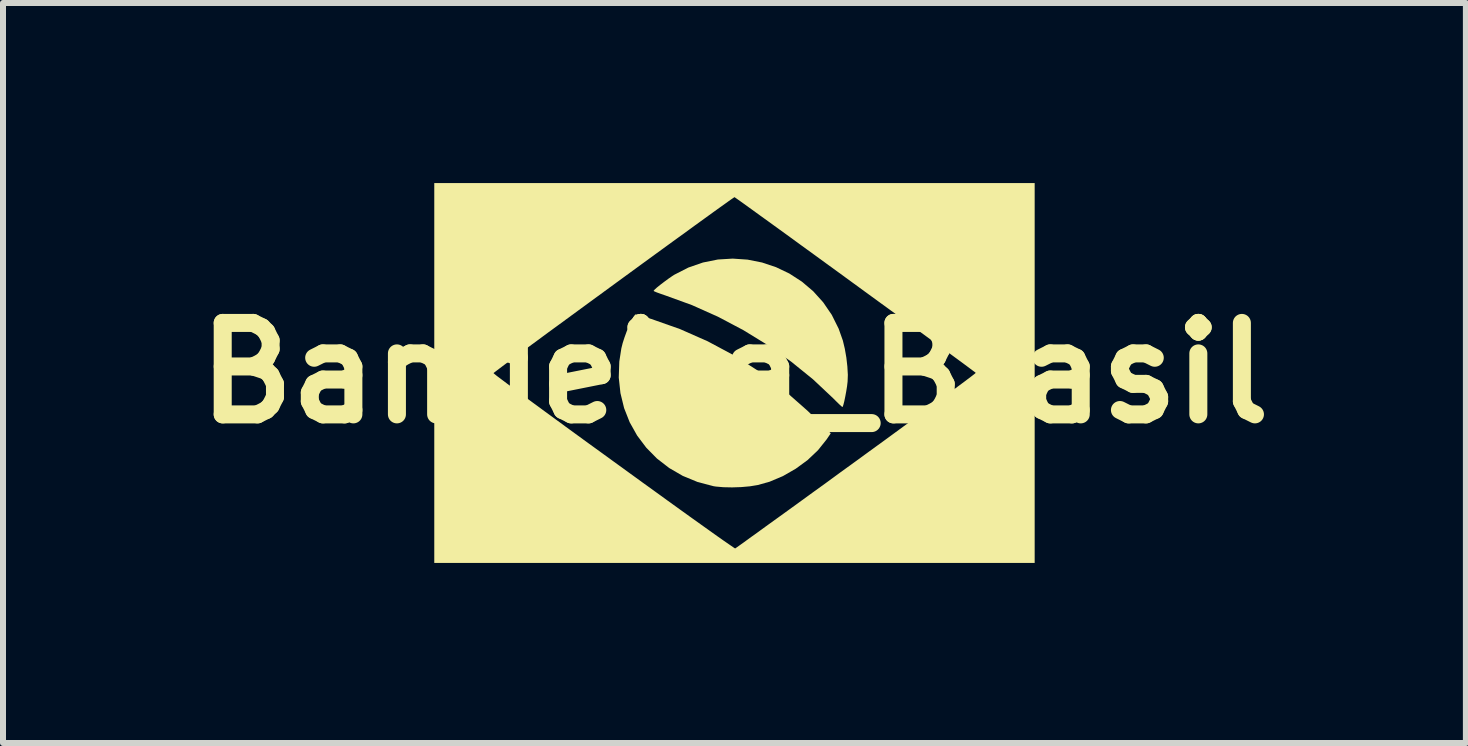
<source format=kicad_pcb>
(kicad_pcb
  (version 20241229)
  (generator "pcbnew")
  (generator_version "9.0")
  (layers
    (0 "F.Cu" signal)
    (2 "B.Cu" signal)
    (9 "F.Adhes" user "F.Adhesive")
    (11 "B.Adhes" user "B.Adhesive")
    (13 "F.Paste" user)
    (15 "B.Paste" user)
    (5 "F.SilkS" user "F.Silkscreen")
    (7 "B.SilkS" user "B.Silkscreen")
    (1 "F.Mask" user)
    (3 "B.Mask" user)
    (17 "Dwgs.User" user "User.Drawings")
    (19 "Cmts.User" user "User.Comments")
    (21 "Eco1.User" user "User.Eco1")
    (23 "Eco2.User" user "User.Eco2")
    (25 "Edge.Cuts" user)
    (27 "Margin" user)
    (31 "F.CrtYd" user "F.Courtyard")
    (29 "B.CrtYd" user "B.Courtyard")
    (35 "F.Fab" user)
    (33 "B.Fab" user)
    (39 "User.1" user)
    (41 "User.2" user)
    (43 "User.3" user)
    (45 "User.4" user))
  (footprint "Bandeira_Brasil"
    (layer "F.Cu")
    (at 9.188 3.165)
    (property "Reference" "Bandeira_Brasil" (at 0 0 0) (layer "F.SilkS") (effects (font (size 1.524 1.524) (thickness 0.3))))
    (attr board_only exclude_from_pos_files exclude_from_bom allow_missing_courtyard)
    (fp_poly (pts (xy -1.622 -0.971) (xy -1.569 -0.956) (xy -1.495 -0.934) (xy -1.405 -0.906) (xy -1.387 -0.901) (xy -0.908 -0.732) (xy -0.446 -0.528) (xy -0.001 -0.29) (xy 0.424 -0.017) (xy 0.831 0.289) (xy 1.217 0.629) (xy 1.302 0.711) (xy 1.604 1.006) (xy 1.535 1.107) (xy 1.392 1.286) (xy 1.219 1.45) (xy 1.021 1.595) (xy 0.807 1.718) (xy 0.584 1.812) (xy 0.386 1.867) (xy 0.258 1.888) (xy 0.112 1.901) (xy -0.04 1.906) (xy -0.186 1.903) (xy -0.311 1.892) (xy -0.349 1.886) (xy -0.615 1.816) (xy -0.862 1.714) (xy -1.088 1.583) (xy -1.292 1.425) (xy -1.47 1.244) (xy -1.622 1.042) (xy -1.746 0.821) (xy -1.839 0.585) (xy -1.9 0.335) (xy -1.928 0.076) (xy -1.919 -0.191) (xy -1.885 -0.41) (xy -1.863 -0.498) (xy -1.832 -0.594) (xy -1.796 -0.693) (xy -1.758 -0.788) (xy -1.72 -0.87) (xy -1.685 -0.933) (xy -1.657 -0.97) (xy -1.644 -0.977)) (stroke (width 0) (type solid)) (fill yes) (layer "F.SilkS"))
    (fp_poly (pts (xy 0.218 -1.889) (xy 0.46 -1.841) (xy 0.693 -1.763) (xy 0.915 -1.657) (xy 1.122 -1.523) (xy 1.311 -1.363) (xy 1.478 -1.178) (xy 1.621 -0.969) (xy 1.736 -0.738) (xy 1.806 -0.54) (xy 1.838 -0.406) (xy 1.864 -0.258) (xy 1.881 -0.108) (xy 1.889 0.031) (xy 1.885 0.142) (xy 1.876 0.22) (xy 1.862 0.307) (xy 1.846 0.393) (xy 1.83 0.47) (xy 1.815 0.529) (xy 1.803 0.563) (xy 1.799 0.567) (xy 1.781 0.554) (xy 1.742 0.518) (xy 1.689 0.466) (xy 1.641 0.418) (xy 1.309 0.106) (xy 0.946 -0.188) (xy 0.557 -0.463) (xy 0.148 -0.714) (xy -0.276 -0.938) (xy -0.71 -1.132) (xy -1.148 -1.291) (xy -1.229 -1.319) (xy -1.295 -1.343) (xy -1.337 -1.361) (xy -1.348 -1.368) (xy -1.333 -1.387) (xy -1.294 -1.423) (xy -1.237 -1.469) (xy -1.17 -1.52) (xy -1.101 -1.571) (xy -1.037 -1.615) (xy -1.003 -1.637) (xy -0.768 -1.757) (xy -0.525 -1.841) (xy -0.277 -1.891) (xy -0.029 -1.906)) (stroke (width 0) (type solid)) (fill yes) (layer "F.SilkS"))
    (fp_poly (pts (xy 5.002 3.165) (xy -5.002 3.165) (xy -5.002 0.002) (xy -4.015 0.002) (xy -4 0.016) (xy -3.955 0.052) (xy -3.883 0.106) (xy -3.786 0.179) (xy -3.666 0.268) (xy -3.527 0.371) (xy -3.369 0.487) (xy -3.196 0.614) (xy -3.01 0.75) (xy -2.812 0.895) (xy -2.606 1.045) (xy -2.393 1.2) (xy -2.176 1.357) (xy -1.957 1.516) (xy -1.739 1.674) (xy -1.524 1.83) (xy -1.313 1.982) (xy -1.11 2.129) (xy -0.917 2.268) (xy -0.736 2.398) (xy -0.568 2.518) (xy -0.418 2.625) (xy -0.286 2.719) (xy -0.175 2.797) (xy -0.088 2.857) (xy -0.027 2.899) (xy 0.006 2.921) (xy 0.012 2.923) (xy 0.03 2.911) (xy 0.078 2.877) (xy 0.154 2.823) (xy 0.255 2.749) (xy 0.381 2.659) (xy 0.528 2.552) (xy 0.696 2.431) (xy 0.882 2.297) (xy 1.085 2.15) (xy 1.301 1.993) (xy 1.531 1.827) (xy 1.77 1.652) (xy 2.019 1.472) (xy 2.03 1.464) (xy 2.278 1.283) (xy 2.518 1.109) (xy 2.746 0.942) (xy 2.962 0.784) (xy 3.163 0.637) (xy 3.348 0.501) (xy 3.514 0.379) (xy 3.66 0.271) (xy 3.784 0.179) (xy 3.884 0.104) (xy 3.958 0.048) (xy 4.004 0.012) (xy 4.021 -0.002) (xy 4.021 -0.002) (xy 4.005 -0.015) (xy 3.959 -0.049) (xy 3.887 -0.103) (xy 3.79 -0.175) (xy 3.67 -0.263) (xy 3.53 -0.366) (xy 3.372 -0.481) (xy 3.199 -0.608) (xy 3.013 -0.744) (xy 2.815 -0.888) (xy 2.609 -1.039) (xy 2.397 -1.193) (xy 2.18 -1.351) (xy 1.962 -1.51) (xy 1.744 -1.669) (xy 1.529 -1.825) (xy 1.319 -1.978) (xy 1.116 -2.125) (xy 0.924 -2.265) (xy 0.743 -2.396) (xy 0.576 -2.517) (xy 0.426 -2.625) (xy 0.295 -2.72) (xy 0.185 -2.799) (xy 0.099 -2.861) (xy 0.038 -2.904) (xy 0.005 -2.927) (xy 0 -2.93) (xy -0.018 -2.918) (xy -0.065 -2.886) (xy -0.139 -2.833) (xy -0.237 -2.763) (xy -0.358 -2.676) (xy -0.499 -2.574) (xy -0.657 -2.46) (xy -0.831 -2.333) (xy -1.018 -2.198) (xy -1.216 -2.054) (xy -1.422 -1.904) (xy -1.635 -1.749) (xy -1.851 -1.591) (xy -2.069 -1.432) (xy -2.286 -1.273) (xy -2.501 -1.116) (xy -2.71 -0.963) (xy -2.912 -0.815) (xy -3.104 -0.675) (xy -3.284 -0.542) (xy -3.449 -0.421) (xy -3.598 -0.311) (xy -3.728 -0.215) (xy -3.836 -0.135) (xy -3.921 -0.071) (xy -3.98 -0.026) (xy -4.011 -0.002) (xy -4.015 0.002) (xy -5.002 0.002) (xy -5.002 -3.165) (xy 5.002 -3.165)) (stroke (width 0) (type solid)) (fill yes) (layer "F.SilkS")))
  (gr_rect
    (start -3 -3)
    (end 21.375 9.33)
    (stroke (width 0.1) (type default))
    (fill no)
    (layer "Edge.Cuts")))
</source>
